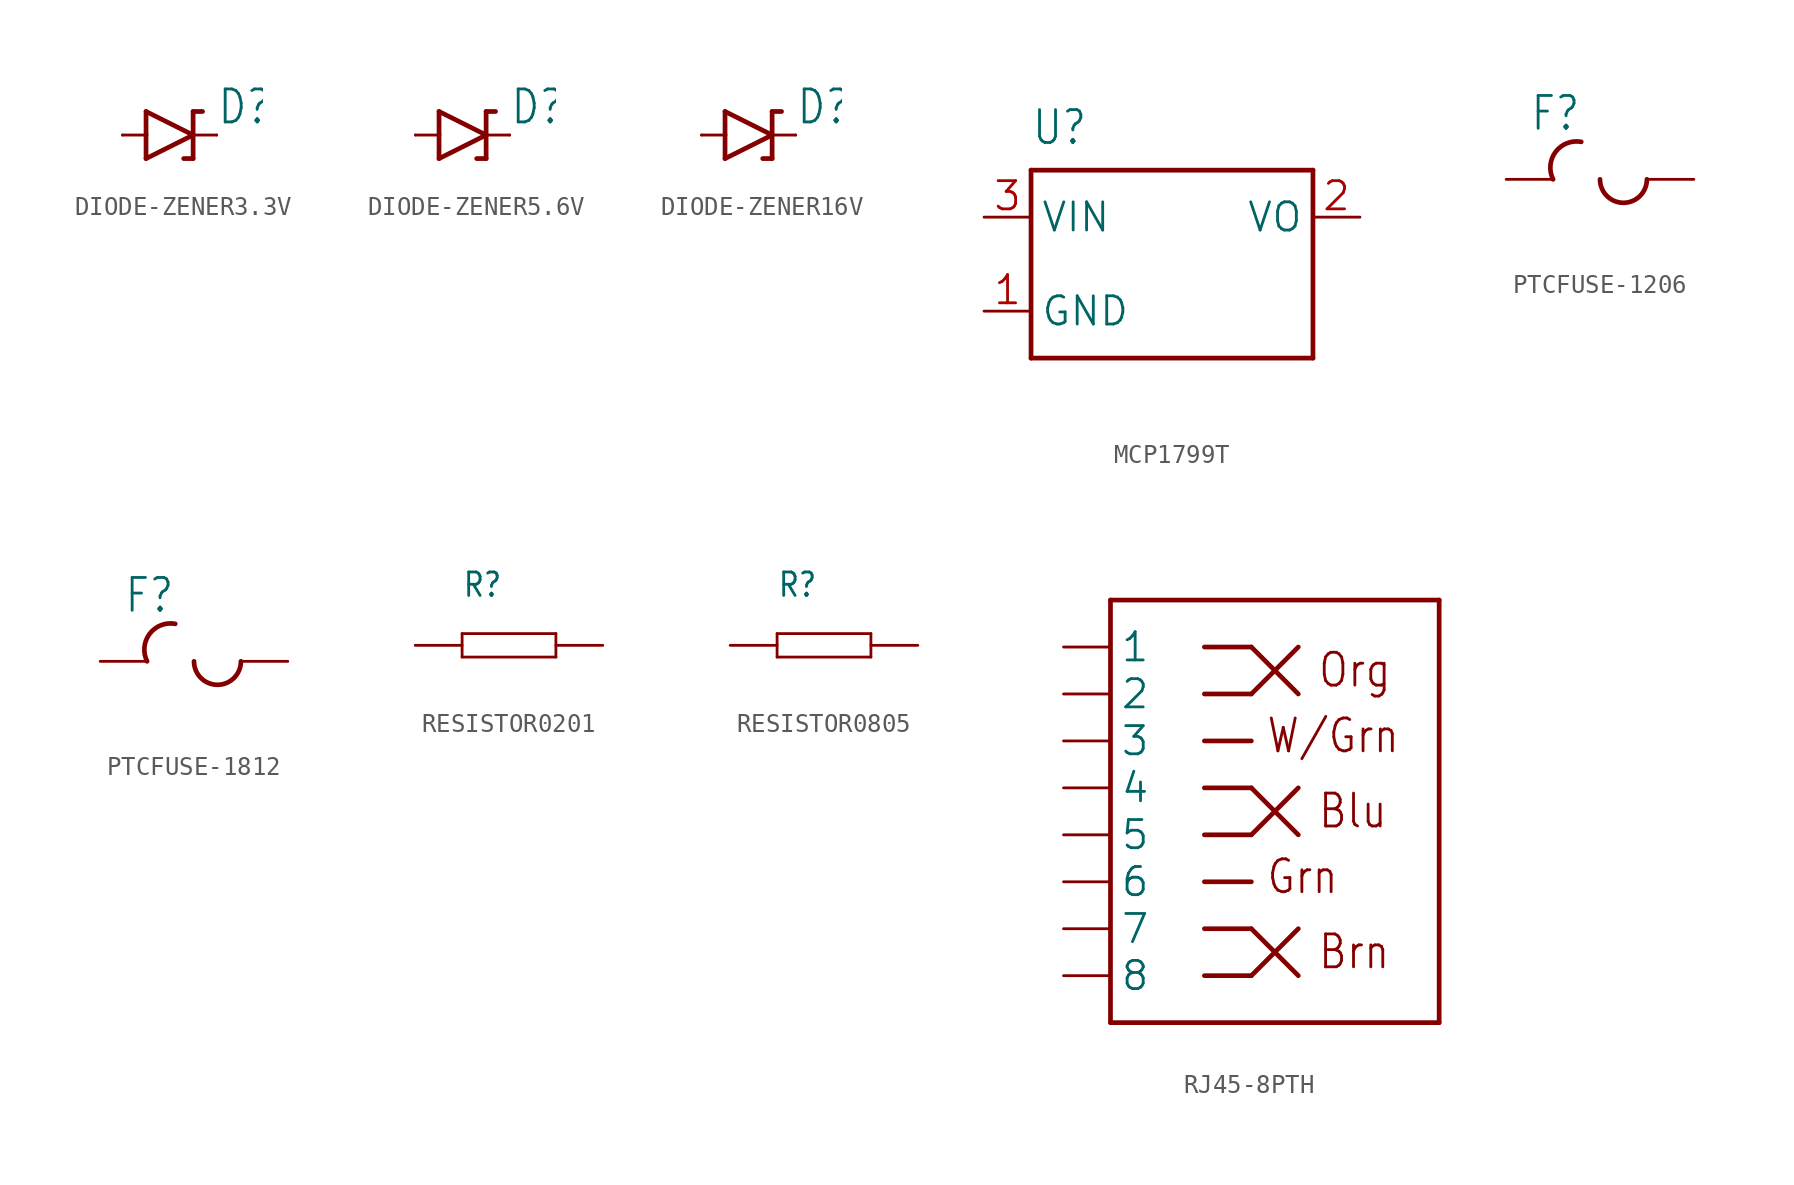
<source format=kicad_sym>
(kicad_symbol_lib
  (version 20241209)
  (generator "kicad_symbol_editor")
  (generator_version "9.0")
  (symbol "DIODE-ZENER3.3V"
    (property "Reference" "D"
      (at 2.54 0.483 0)
      (effects (font (size 1.778 1.511)) (justify left bottom)))
    (property "Value" ""
      (at 2.54 -2.311 0)
      (effects (font (size 1.778 1.511)) (justify left bottom)))
    (property "ki_locked" ""
      (at 0 0 0)
      (effects (font (size 1.27 1.27))))
    (symbol "DIODE-ZENER3.3V_1_0"
      (polyline (pts (xy -2.54 0) (xy -1.27 0)) (stroke (width 0.152) (type solid)) (fill (type none)))
      (polyline (pts (xy -1.27 1.27) (xy -1.27 0)) (stroke (width 0.254) (type solid)) (fill (type none)))
      (polyline (pts (xy -1.27 0) (xy -1.27 -1.27)) (stroke (width 0.254) (type solid)) (fill (type none)))
      (polyline (pts (xy -1.27 -1.27) (xy 1.27 0)) (stroke (width 0.254) (type solid)) (fill (type none)))
      (polyline (pts (xy 1.27 1.27) (xy 1.27 0)) (stroke (width 0.254) (type solid)) (fill (type none)))
      (polyline (pts (xy 1.27 1.27) (xy 1.778 1.27)) (stroke (width 0.254) (type solid)) (fill (type none)))
      (polyline (pts (xy 1.27 0) (xy -1.27 1.27)) (stroke (width 0.254) (type solid)) (fill (type none)))
      (polyline (pts (xy 1.27 0) (xy 1.27 -1.27)) (stroke (width 0.254) (type solid)) (fill (type none)))
      (polyline (pts (xy 1.27 -1.27) (xy 0.762 -1.27)) (stroke (width 0.254) (type solid)) (fill (type none)))
      (polyline (pts (xy 2.54 0) (xy 1.27 0)) (stroke (width 0.152) (type solid)) (fill (type none)))
      (pin passive line (at -2.54 0 0) (length 0) (name "A" (effects (font (size 0 0)))) (number "A" (effects (font (size 0 0)))))
      (pin passive line (at 2.54 0 180) (length 0) (name "C" (effects (font (size 0 0)))) (number "C" (effects (font (size 0 0)))))))
  (symbol "DIODE-ZENER5.6V"
    (property "Reference" "D"
      (at 2.54 0.483 0)
      (effects (font (size 1.778 1.511)) (justify left bottom)))
    (property "Value" ""
      (at 2.54 -2.311 0)
      (effects (font (size 1.778 1.511)) (justify left bottom)))
    (property "ki_locked" ""
      (at 0 0 0)
      (effects (font (size 1.27 1.27))))
    (symbol "DIODE-ZENER5.6V_1_0"
      (polyline (pts (xy -2.54 0) (xy -1.27 0)) (stroke (width 0.152) (type solid)) (fill (type none)))
      (polyline (pts (xy -1.27 1.27) (xy -1.27 0)) (stroke (width 0.254) (type solid)) (fill (type none)))
      (polyline (pts (xy -1.27 0) (xy -1.27 -1.27)) (stroke (width 0.254) (type solid)) (fill (type none)))
      (polyline (pts (xy -1.27 -1.27) (xy 1.27 0)) (stroke (width 0.254) (type solid)) (fill (type none)))
      (polyline (pts (xy 1.27 1.27) (xy 1.27 0)) (stroke (width 0.254) (type solid)) (fill (type none)))
      (polyline (pts (xy 1.27 1.27) (xy 1.778 1.27)) (stroke (width 0.254) (type solid)) (fill (type none)))
      (polyline (pts (xy 1.27 0) (xy -1.27 1.27)) (stroke (width 0.254) (type solid)) (fill (type none)))
      (polyline (pts (xy 1.27 0) (xy 1.27 -1.27)) (stroke (width 0.254) (type solid)) (fill (type none)))
      (polyline (pts (xy 1.27 -1.27) (xy 0.762 -1.27)) (stroke (width 0.254) (type solid)) (fill (type none)))
      (polyline (pts (xy 2.54 0) (xy 1.27 0)) (stroke (width 0.152) (type solid)) (fill (type none)))
      (pin passive line (at -2.54 0 0) (length 0) (name "A" (effects (font (size 0 0)))) (number "A" (effects (font (size 0 0)))))
      (pin passive line (at 2.54 0 180) (length 0) (name "C" (effects (font (size 0 0)))) (number "C" (effects (font (size 0 0)))))))
  (symbol "DIODE-ZENER16V"
    (property "Reference" "D"
      (at 2.54 0.483 0)
      (effects (font (size 1.778 1.511)) (justify left bottom)))
    (property "Value" ""
      (at 2.54 -2.311 0)
      (effects (font (size 1.778 1.511)) (justify left bottom)))
    (property "ki_locked" ""
      (at 0 0 0)
      (effects (font (size 1.27 1.27))))
    (symbol "DIODE-ZENER16V_1_0"
      (polyline (pts (xy -2.54 0) (xy -1.27 0)) (stroke (width 0.152) (type solid)) (fill (type none)))
      (polyline (pts (xy -1.27 1.27) (xy -1.27 0)) (stroke (width 0.254) (type solid)) (fill (type none)))
      (polyline (pts (xy -1.27 0) (xy -1.27 -1.27)) (stroke (width 0.254) (type solid)) (fill (type none)))
      (polyline (pts (xy -1.27 -1.27) (xy 1.27 0)) (stroke (width 0.254) (type solid)) (fill (type none)))
      (polyline (pts (xy 1.27 1.27) (xy 1.27 0)) (stroke (width 0.254) (type solid)) (fill (type none)))
      (polyline (pts (xy 1.27 1.27) (xy 1.778 1.27)) (stroke (width 0.254) (type solid)) (fill (type none)))
      (polyline (pts (xy 1.27 0) (xy -1.27 1.27)) (stroke (width 0.254) (type solid)) (fill (type none)))
      (polyline (pts (xy 1.27 0) (xy 1.27 -1.27)) (stroke (width 0.254) (type solid)) (fill (type none)))
      (polyline (pts (xy 1.27 -1.27) (xy 0.762 -1.27)) (stroke (width 0.254) (type solid)) (fill (type none)))
      (polyline (pts (xy 2.54 0) (xy 1.27 0)) (stroke (width 0.152) (type solid)) (fill (type none)))
      (pin passive line (at -2.54 0 0) (length 0) (name "A" (effects (font (size 0 0)))) (number "A" (effects (font (size 0 0)))))
      (pin passive line (at 2.54 0 180) (length 0) (name "C" (effects (font (size 0 0)))) (number "C" (effects (font (size 0 0)))))))
  (symbol "MCP1799T"
    (property "Reference" "U"
      (at -7.62 6.35 0)
      (effects (font (size 1.778 1.511)) (justify left bottom)))
    (property "Value" ""
      (at -7.62 -7.62 0)
      (effects (font (size 1.778 1.511)) (justify left bottom)))
    (property "ki_locked" ""
      (at 0 0 0)
      (effects (font (size 1.27 1.27))))
    (symbol "MCP1799T_1_0"
      (polyline (pts (xy -7.62 5.08) (xy 7.62 5.08)) (stroke (width 0.254) (type solid)) (fill (type none)))
      (polyline (pts (xy -7.62 -5.08) (xy -7.62 5.08)) (stroke (width 0.254) (type solid)) (fill (type none)))
      (polyline (pts (xy 7.62 5.08) (xy 7.62 -5.08)) (stroke (width 0.254) (type solid)) (fill (type none)))
      (polyline (pts (xy 7.62 -5.08) (xy -7.62 -5.08)) (stroke (width 0.254) (type solid)) (fill (type none)))
      (pin input line (at -10.16 2.54 0) (length 2.54) (name "VIN" (effects (font (size 1.524 1.524)))) (number "3" (effects (font (size 1.524 1.524)))))
      (pin passive line (at -10.16 -2.54 0) (length 2.54) (name "GND" (effects (font (size 1.524 1.524)))) (number "1" (effects (font (size 1.524 1.524)))))
      (pin output line (at 10.16 2.54 180) (length 2.54) (name "VO" (effects (font (size 1.524 1.524)))) (number "2" (effects (font (size 1.524 1.524)))))))
  (symbol "PTCFUSE-1206"
    (property "Reference" "F"
      (at -3.81 5.08 0)
      (effects (font (size 1.778 1.511)) (justify left bottom)))
    (property "Value" ""
      (at -3.81 -1.27 0)
      (effects (font (size 1.778 1.511)) (justify left bottom)))
    (property "ki_locked" ""
      (at 0 0 0)
      (effects (font (size 1.27 1.27))))
    (symbol "PTCFUSE-1206_1_0"
      (arc (start -2.54 2.54) (mid -2.4058 4.0269) (end -1.0159 4.5718) (stroke (width 0.254) (type solid)) (fill (type none)))
      (arc (start 2.54 2.54) (mid 1.27 1.27) (end 0 2.54) (stroke (width 0.254) (type solid)) (fill (type none)))
      (pin passive line (at -5.08 2.54 0) (length 2.54) (name "1" (effects (font (size 0 0)))) (number "1" (effects (font (size 0 0)))))
      (pin passive line (at 5.08 2.54 180) (length 2.54) (name "2" (effects (font (size 0 0)))) (number "2" (effects (font (size 0 0)))))))
  (symbol "PTCFUSE-1812"
    (property "Reference" "F"
      (at -3.81 5.08 0)
      (effects (font (size 1.778 1.511)) (justify left bottom)))
    (property "Value" ""
      (at -3.81 -1.27 0)
      (effects (font (size 1.778 1.511)) (justify left bottom)))
    (property "ki_locked" ""
      (at 0 0 0)
      (effects (font (size 1.27 1.27))))
    (symbol "PTCFUSE-1812_1_0"
      (arc (start -2.54 2.54) (mid -2.4058 4.0269) (end -1.0159 4.5718) (stroke (width 0.254) (type solid)) (fill (type none)))
      (arc (start 2.54 2.54) (mid 1.27 1.27) (end 0 2.54) (stroke (width 0.254) (type solid)) (fill (type none)))
      (pin passive line (at -5.08 2.54 0) (length 2.54) (name "1" (effects (font (size 0 0)))) (number "1" (effects (font (size 0 0)))))
      (pin passive line (at 5.08 2.54 180) (length 2.54) (name "2" (effects (font (size 0 0)))) (number "2" (effects (font (size 0 0)))))))
  (symbol "RESISTOR0201"
    (property "Reference" "R"
      (at -2.54 2.54 0)
      (effects (font (size 1.27 1.079)) (justify left bottom)))
    (property "Value" ""
      (at -2.54 -2.54 0)
      (effects (font (size 1.27 1.079)) (justify left bottom)))
    (property "ki_locked" ""
      (at 0 0 0)
      (effects (font (size 1.27 1.27))))
    (symbol "RESISTOR0201_1_0"
      (polyline (pts (xy -2.54 0.635) (xy 2.54 0.635)) (stroke (width 0.152) (type solid)) (fill (type none)))
      (polyline (pts (xy -2.54 -0.635) (xy -2.54 0.635)) (stroke (width 0.152) (type solid)) (fill (type none)))
      (polyline (pts (xy 2.54 0.635) (xy 2.54 -0.635)) (stroke (width 0.152) (type solid)) (fill (type none)))
      (polyline (pts (xy 2.54 -0.635) (xy -2.54 -0.635)) (stroke (width 0.152) (type solid)) (fill (type none)))
      (pin passive line (at -5.08 0 0) (length 2.54) (name "P$1" (effects (font (size 0 0)))) (number "P$1" (effects (font (size 0 0)))))
      (pin passive line (at 5.08 0 180) (length 2.54) (name "P$2" (effects (font (size 0 0)))) (number "P$2" (effects (font (size 0 0)))))))
  (symbol "RESISTOR0805"
    (property "Reference" "R"
      (at -2.54 2.54 0)
      (effects (font (size 1.27 1.079)) (justify left bottom)))
    (property "Value" ""
      (at -2.54 -2.54 0)
      (effects (font (size 1.27 1.079)) (justify left bottom)))
    (property "ki_locked" ""
      (at 0 0 0)
      (effects (font (size 1.27 1.27))))
    (symbol "RESISTOR0805_1_0"
      (polyline (pts (xy -2.54 0.635) (xy 2.54 0.635)) (stroke (width 0.152) (type solid)) (fill (type none)))
      (polyline (pts (xy -2.54 -0.635) (xy -2.54 0.635)) (stroke (width 0.152) (type solid)) (fill (type none)))
      (polyline (pts (xy 2.54 0.635) (xy 2.54 -0.635)) (stroke (width 0.152) (type solid)) (fill (type none)))
      (polyline (pts (xy 2.54 -0.635) (xy -2.54 -0.635)) (stroke (width 0.152) (type solid)) (fill (type none)))
      (pin passive line (at -5.08 0 0) (length 2.54) (name "P$1" (effects (font (size 0 0)))) (number "P$1" (effects (font (size 0 0)))))
      (pin passive line (at 5.08 0 180) (length 2.54) (name "P$2" (effects (font (size 0 0)))) (number "P$2" (effects (font (size 0 0)))))))
  (symbol "RJ45-8PTH"
    (property "Reference" "JP"
      (at -5.08 10.668 0)
      (effects (font (size 1.778 1.511)) (justify left bottom) (hide yes)))
    (property "ki_locked" ""
      (at 0 0 0)
      (effects (font (size 1.27 1.27))))
    (symbol "RJ45-8PTH_1_0"
      (polyline (pts (xy -5.08 10.16) (xy -5.08 -12.7)) (stroke (width 0.254) (type solid)) (fill (type none)))
      (polyline (pts (xy -5.08 -12.7) (xy 12.7 -12.7)) (stroke (width 0.254) (type solid)) (fill (type none)))
      (polyline (pts (xy 0 7.62) (xy 2.54 7.62)) (stroke (width 0.254) (type solid)) (fill (type none)))
      (polyline (pts (xy 0 5.08) (xy 2.54 5.08)) (stroke (width 0.254) (type solid)) (fill (type none)))
      (polyline (pts (xy 0 2.54) (xy 2.54 2.54)) (stroke (width 0.254) (type solid)) (fill (type none)))
      (polyline (pts (xy 0 0) (xy 2.54 0)) (stroke (width 0.254) (type solid)) (fill (type none)))
      (polyline (pts (xy 0 -2.54) (xy 2.54 -2.54)) (stroke (width 0.254) (type solid)) (fill (type none)))
      (polyline (pts (xy 0 -5.08) (xy 2.54 -5.08)) (stroke (width 0.254) (type solid)) (fill (type none)))
      (polyline (pts (xy 0 -7.62) (xy 2.54 -7.62)) (stroke (width 0.254) (type solid)) (fill (type none)))
      (polyline (pts (xy 0 -10.16) (xy 2.54 -10.16)) (stroke (width 0.254) (type solid)) (fill (type none)))
      (polyline (pts (xy 2.54 7.62) (xy 5.08 5.08)) (stroke (width 0.254) (type solid)) (fill (type none)))
      (polyline (pts (xy 2.54 5.08) (xy 5.08 7.62)) (stroke (width 0.254) (type solid)) (fill (type none)))
      (polyline (pts (xy 2.54 0) (xy 5.08 -2.54)) (stroke (width 0.254) (type solid)) (fill (type none)))
      (polyline (pts (xy 2.54 -2.54) (xy 5.08 0)) (stroke (width 0.254) (type solid)) (fill (type none)))
      (polyline (pts (xy 2.54 -7.62) (xy 5.08 -10.16)) (stroke (width 0.254) (type solid)) (fill (type none)))
      (polyline (pts (xy 2.54 -10.16) (xy 5.08 -7.62)) (stroke (width 0.254) (type solid)) (fill (type none)))
      (polyline (pts (xy 12.7 10.16) (xy -5.08 10.16)) (stroke (width 0.254) (type solid)) (fill (type none)))
      (polyline (pts (xy 12.7 -12.7) (xy 12.7 10.16)) (stroke (width 0.254) (type solid)) (fill (type none)))
      (text "W/Grn" (at 3.302 1.778 0) (effects (font (size 1.778 1.511)) (justify left bottom)))
      (text "Grn" (at 3.302 -5.842 0) (effects (font (size 1.778 1.511)) (justify left bottom)))
      (text "Org" (at 6.096 5.334 0) (effects (font (size 1.778 1.511)) (justify left bottom)))
      (text "Blu" (at 6.096 -2.286 0) (effects (font (size 1.778 1.511)) (justify left bottom)))
      (text "Brn" (at 6.096 -9.906 0) (effects (font (size 1.778 1.511)) (justify left bottom)))
      (pin bidirectional line (at -7.62 7.62 0) (length 2.54) (name "1" (effects (font (size 1.524 1.524)))) (number "1" (effects (font (size 0 0)))))
      (pin bidirectional line (at -7.62 5.08 0) (length 2.54) (name "2" (effects (font (size 1.524 1.524)))) (number "2" (effects (font (size 0 0)))))
      (pin bidirectional line (at -7.62 2.54 0) (length 2.54) (name "3" (effects (font (size 1.524 1.524)))) (number "3" (effects (font (size 0 0)))))
      (pin bidirectional line (at -7.62 0 0) (length 2.54) (name "4" (effects (font (size 1.524 1.524)))) (number "4" (effects (font (size 0 0)))))
      (pin bidirectional line (at -7.62 -2.54 0) (length 2.54) (name "5" (effects (font (size 1.524 1.524)))) (number "5" (effects (font (size 0 0)))))
      (pin bidirectional line (at -7.62 -5.08 0) (length 2.54) (name "6" (effects (font (size 1.524 1.524)))) (number "6" (effects (font (size 0 0)))))
      (pin bidirectional line (at -7.62 -7.62 0) (length 2.54) (name "7" (effects (font (size 1.524 1.524)))) (number "7" (effects (font (size 0 0)))))
      (pin bidirectional line (at -7.62 -10.16 0) (length 2.54) (name "8" (effects (font (size 1.524 1.524)))) (number "8" (effects (font (size 0 0))))))))
</source>
